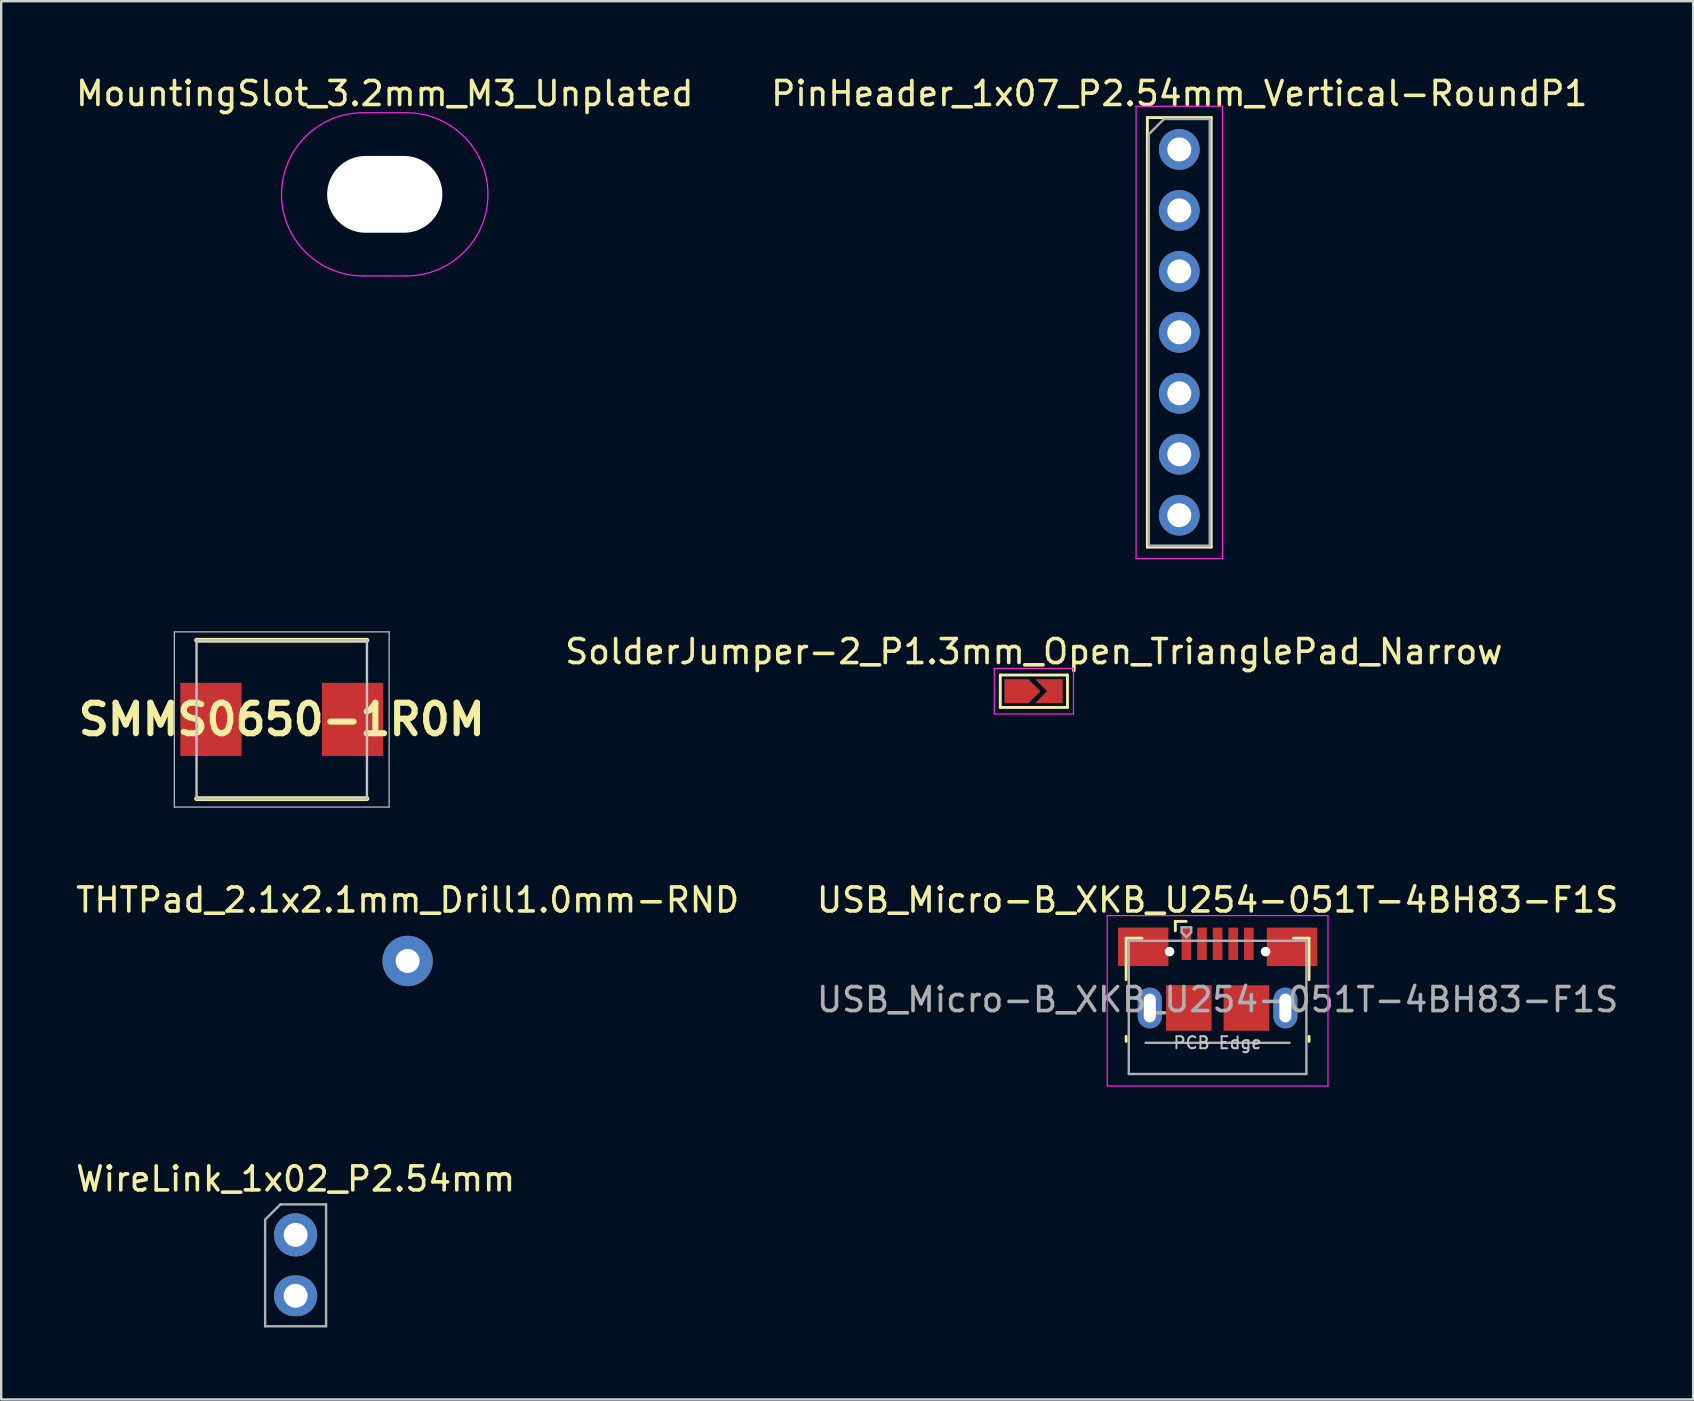
<source format=kicad_pcb>
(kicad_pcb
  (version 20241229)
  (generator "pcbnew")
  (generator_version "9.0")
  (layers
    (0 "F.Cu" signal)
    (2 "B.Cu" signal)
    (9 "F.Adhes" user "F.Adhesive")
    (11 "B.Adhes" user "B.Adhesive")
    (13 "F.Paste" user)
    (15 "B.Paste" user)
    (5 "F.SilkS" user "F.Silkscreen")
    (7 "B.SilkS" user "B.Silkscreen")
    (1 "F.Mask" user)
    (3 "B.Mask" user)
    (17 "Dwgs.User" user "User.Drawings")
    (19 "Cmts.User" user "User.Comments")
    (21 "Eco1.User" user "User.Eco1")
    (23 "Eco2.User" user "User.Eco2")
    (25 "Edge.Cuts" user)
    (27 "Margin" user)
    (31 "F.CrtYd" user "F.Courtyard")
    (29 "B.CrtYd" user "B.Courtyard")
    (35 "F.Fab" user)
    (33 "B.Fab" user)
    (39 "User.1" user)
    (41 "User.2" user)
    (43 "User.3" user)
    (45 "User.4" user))
  (footprint "THTPad_2.1x2.1mm_Drill1.0mm-RND"
    (layer "F.Cu")
    (at 13.935 36.992)
    (property "Reference" "THTPad_2.1x2.1mm_Drill1.0mm-RND" (at 0 -2.54 0) (layer "F.SilkS") (effects (font (size 1 1) (thickness 0.15))))
    (attr through_hole)
    (pad "1" thru_hole circle (at 0 0) (size 2.1 2.1) (drill 1) (layers "*.Cu" "*.Mask")))
  (footprint "MountingSlot_3.2mm_M3_Unplated"
    (layer "F.Cu")
    (at 12.982 5.048)
    (property "Reference" "MountingSlot_3.2mm_M3_Unplated" (at 0 -4.2 180) (layer "F.SilkS") (effects (font (size 1 1) (thickness 0.15))))
    (attr exclude_from_pos_files exclude_from_bom)
    (fp_line (start -0.9 -3.4) (end 0.9 -3.4) (stroke (width 0.05) (type solid)) (layer "F.CrtYd"))
    (fp_line (start -0.9 3.4) (end 0.9 3.4) (stroke (width 0.05) (type solid)) (layer "F.CrtYd"))
    (fp_arc (start -0.9 3.4) (mid -4.3 0) (end -0.9 -3.4) (stroke (width 0.05) (type solid)) (layer "F.CrtYd"))
    (fp_arc (start 0.9 -3.4) (mid 4.3 0) (end 0.9 3.4) (stroke (width 0.05) (type solid)) (layer "F.CrtYd"))
    (pad "" np_thru_hole oval (at 0 0) (size 4.8 3.2) (drill oval 4.8 3.2) (layers "*.Cu" "*.Mask")))
  (footprint "SolderJumper-2_P1.3mm_Open_TrianglePad_Narrow"
    (layer "F.Cu")
    (at 40.03 25.752)
    (property "Reference" "SolderJumper-2_P1.3mm_Open_TrianglePad_Narrow" (at 0 -1.65 0) (layer "F.SilkS") (effects (font (size 1 1) (thickness 0.15))))
    (attr exclude_from_pos_files exclude_from_bom)
    (fp_line (start -1.4 -0.675) (end 1.4 -0.675) (stroke (width 0.12) (type solid)) (layer "F.SilkS"))
    (fp_line (start -1.4 0.675) (end -1.4 -0.675) (stroke (width 0.12) (type solid)) (layer "F.SilkS"))
    (fp_line (start 1.4 -0.675) (end 1.4 0.675) (stroke (width 0.12) (type solid)) (layer "F.SilkS"))
    (fp_line (start 1.4 0.675) (end -1.4 0.675) (stroke (width 0.12) (type solid)) (layer "F.SilkS"))
    (fp_line (start -1.65 -0.95) (end -1.65 0.95) (stroke (width 0.05) (type solid)) (layer "F.CrtYd"))
    (fp_line (start -1.65 -0.95) (end 1.65 -0.95) (stroke (width 0.05) (type solid)) (layer "F.CrtYd"))
    (fp_line (start 1.65 0.95) (end -1.65 0.95) (stroke (width 0.05) (type solid)) (layer "F.CrtYd"))
    (fp_line (start 1.65 0.95) (end 1.65 -0.95) (stroke (width 0.05) (type solid)) (layer "F.CrtYd"))
    (pad "1" smd custom (at -0.725 0) (size 0.3 0.3) (layers "F.Cu" "F.Mask") (options (anchor rect)) (primitives (gr_poly (pts (xy -0.5 -0.5) (xy 0.5 -0.5) (xy 1 0) (xy 0.5 0.5) (xy -0.5 0.5)) (width 0) (fill yes))))
    (pad "2" smd custom (at 0.7 0) (size 0.3 0.3) (layers "F.Cu" "F.Mask") (options (anchor rect)) (primitives (gr_poly (pts (xy -0.65 -0.5) (xy 0.5 -0.5) (xy 0.5 0.5) (xy -0.65 0.5) (xy -0.15 0)) (width 0) (fill yes)))))
  (footprint "PinHeader_1x07_P2.54mm_Vertical-RoundP1"
    (layer "F.Cu")
    (at 46.089 3.178)
    (property "Reference" "PinHeader_1x07_P2.54mm_Vertical-RoundP1" (at 0 -2.33 0) (layer "F.SilkS") (effects (font (size 1 1) (thickness 0.15))))
    (attr through_hole)
    (fp_line (start -1.33 -1.33) (end -1.33 16.57) (stroke (width 0.12) (type solid)) (layer "F.SilkS"))
    (fp_line (start -1.33 -1.33) (end 1.33 -1.33) (stroke (width 0.12) (type solid)) (layer "F.SilkS"))
    (fp_line (start -1.33 16.57) (end 1.33 16.57) (stroke (width 0.12) (type solid)) (layer "F.SilkS"))
    (fp_line (start 1.33 -1.33) (end 1.33 16.57) (stroke (width 0.12) (type solid)) (layer "F.SilkS"))
    (fp_line (start -1.8 -1.8) (end -1.8 17.05) (stroke (width 0.05) (type solid)) (layer "F.CrtYd"))
    (fp_line (start -1.8 17.05) (end 1.8 17.05) (stroke (width 0.05) (type solid)) (layer "F.CrtYd"))
    (fp_line (start 1.8 -1.8) (end -1.8 -1.8) (stroke (width 0.05) (type solid)) (layer "F.CrtYd"))
    (fp_line (start 1.8 17.05) (end 1.8 -1.8) (stroke (width 0.05) (type solid)) (layer "F.CrtYd"))
    (fp_line (start -1.27 -0.635) (end -0.635 -1.27) (stroke (width 0.1) (type solid)) (layer "F.Fab"))
    (fp_line (start -1.27 16.51) (end -1.27 -0.635) (stroke (width 0.1) (type solid)) (layer "F.Fab"))
    (fp_line (start -0.635 -1.27) (end 1.27 -1.27) (stroke (width 0.1) (type solid)) (layer "F.Fab"))
    (fp_line (start 1.27 -1.27) (end 1.27 16.51) (stroke (width 0.1) (type solid)) (layer "F.Fab"))
    (fp_line (start 1.27 16.51) (end -1.27 16.51) (stroke (width 0.1) (type solid)) (layer "F.Fab"))
    (pad "1" thru_hole oval (at 0 0) (size 1.7 1.7) (drill 1) (layers "*.Cu" "*.Mask"))
    (pad "2" thru_hole oval (at 0 2.54) (size 1.7 1.7) (drill 1) (layers "*.Cu" "*.Mask"))
    (pad "3" thru_hole oval (at 0 5.08) (size 1.7 1.7) (drill 1) (layers "*.Cu" "*.Mask"))
    (pad "4" thru_hole oval (at 0 7.62) (size 1.7 1.7) (drill 1) (layers "*.Cu" "*.Mask"))
    (pad "5" thru_hole oval (at 0 10.16) (size 1.7 1.7) (drill 1) (layers "*.Cu" "*.Mask"))
    (pad "6" thru_hole oval (at 0 12.7) (size 1.7 1.7) (drill 1) (layers "*.Cu" "*.Mask"))
    (pad "7" thru_hole oval (at 0 15.24) (size 1.7 1.7) (drill 1) (layers "*.Cu" "*.Mask")))
  (footprint "SMMS0650-1R0M"
    (layer "F.Cu")
    (at 8.69 26.928)
    (property "Reference" "SMMS0650-1R0M" (at 0 0 0) (layer "F.SilkS") (effects (font (size 1.27 1.27) (thickness 0.254))))
    (attr smd)
    (fp_line (start -3.55 3.3) (end 3.55 3.3) (stroke (width 0.2) (type solid)) (layer "F.SilkS"))
    (fp_line (start 3.55 -3.3) (end -3.55 -3.3) (stroke (width 0.2) (type solid)) (layer "F.SilkS"))
    (fp_line (start -4.475 -3.65) (end 4.475 -3.65) (stroke (width 0.05) (type solid)) (layer "Dwgs.User"))
    (fp_line (start -4.475 3.65) (end -4.475 -3.65) (stroke (width 0.05) (type solid)) (layer "Dwgs.User"))
    (fp_line (start -3.55 -3.3) (end 3.55 -3.3) (stroke (width 0.1) (type solid)) (layer "Dwgs.User"))
    (fp_line (start -3.55 3.3) (end -3.55 -3.3) (stroke (width 0.1) (type solid)) (layer "Dwgs.User"))
    (fp_line (start 3.55 -3.3) (end 3.55 3.3) (stroke (width 0.1) (type solid)) (layer "Dwgs.User"))
    (fp_line (start 3.55 3.3) (end -3.55 3.3) (stroke (width 0.1) (type solid)) (layer "Dwgs.User"))
    (fp_line (start 4.475 -3.65) (end 4.475 3.65) (stroke (width 0.05) (type solid)) (layer "Dwgs.User"))
    (fp_line (start 4.475 3.65) (end -4.475 3.65) (stroke (width 0.05) (type solid)) (layer "Dwgs.User"))
    (pad "1" smd rect (at -2.95 0) (size 2.55 3.05) (layers "F.Cu" "F.Mask" "F.Paste"))
    (pad "2" smd rect (at 2.95 0) (size 2.55 3.05) (layers "F.Cu" "F.Mask" "F.Paste")))
  (footprint "WireLink_1x02_P2.54mm"
    (layer "F.Cu")
    (at 9.268 48.405)
    (property "Reference" "WireLink_1x02_P2.54mm" (at 0 -2.33 0) (layer "F.SilkS") (effects (font (size 1 1) (thickness 0.15))))
    (attr through_hole)
    (fp_line (start -1.27 -0.635) (end -0.635 -1.27) (stroke (width 0.1) (type solid)) (layer "F.Fab"))
    (fp_line (start -1.27 3.81) (end -1.27 -0.635) (stroke (width 0.1) (type solid)) (layer "F.Fab"))
    (fp_line (start -0.635 -1.27) (end 1.27 -1.27) (stroke (width 0.1) (type solid)) (layer "F.Fab"))
    (fp_line (start 1.27 -1.27) (end 1.27 3.81) (stroke (width 0.1) (type solid)) (layer "F.Fab"))
    (fp_line (start 1.27 3.81) (end -1.27 3.81) (stroke (width 0.1) (type solid)) (layer "F.Fab"))
    (pad "1" thru_hole circle (at 0 0) (size 1.8 1.8) (drill 1) (layers "*.Cu" "*.Mask"))
    (pad "2" thru_hole oval (at 0 2.54) (size 1.8 1.7) (drill 1) (layers "*.Cu" "*.Mask")))
  (footprint "USB_Micro-B_XKB_U254-051T-4BH83-F1S"
    (layer "F.Cu")
    (at 47.685 37.752)
    (property "Reference" "USB_Micro-B_XKB_U254-051T-4BH83-F1S" (at 0 -3.3 0) (layer "F.SilkS") (effects (font (size 1 1) (thickness 0.15))))
    (attr smd)
    (fp_line (start -3.81 -1.71) (end -3.15 -1.71) (stroke (width 0.12) (type solid)) (layer "F.SilkS"))
    (fp_line (start -3.81 0.02) (end -3.81 -1.71) (stroke (width 0.12) (type solid)) (layer "F.SilkS"))
    (fp_line (start -3.81 2.59) (end -3.81 2.38) (stroke (width 0.12) (type solid)) (layer "F.SilkS"))
    (fp_line (start -1.76 -2.41) (end -1.76 -2.02) (stroke (width 0.12) (type solid)) (layer "F.SilkS"))
    (fp_line (start -1.76 -2.41) (end -1.31 -2.41) (stroke (width 0.12) (type solid)) (layer "F.SilkS"))
    (fp_line (start 3.81 -1.71) (end 3.16 -1.71) (stroke (width 0.12) (type solid)) (layer "F.SilkS"))
    (fp_line (start 3.81 0.02) (end 3.81 -1.71) (stroke (width 0.12) (type solid)) (layer "F.SilkS"))
    (fp_line (start 3.81 2.59) (end 3.81 2.38) (stroke (width 0.12) (type solid)) (layer "F.SilkS"))
    (fp_line (start -4.6 -2.65) (end 4.6 -2.65) (stroke (width 0.05) (type solid)) (layer "F.CrtYd"))
    (fp_line (start -4.6 4.45) (end -4.6 -2.65) (stroke (width 0.05) (type solid)) (layer "F.CrtYd"))
    (fp_line (start -4.6 4.45) (end 4.6 4.45) (stroke (width 0.05) (type solid)) (layer "F.CrtYd"))
    (fp_line (start 4.6 -2.65) (end 4.6 4.45) (stroke (width 0.05) (type solid)) (layer "F.CrtYd"))
    (fp_line (start -3.7 -1.6) (end 3.7 -1.6) (stroke (width 0.1) (type solid)) (layer "F.Fab"))
    (fp_line (start -3.7 3.95) (end -3.7 -1.6) (stroke (width 0.1) (type solid)) (layer "F.Fab"))
    (fp_line (start -3.7 3.95) (end 3.7 3.95) (stroke (width 0.1) (type solid)) (layer "F.Fab"))
    (fp_line (start -3 2.65) (end 3 2.65) (stroke (width 0.1) (type solid)) (layer "F.Fab"))
    (fp_line (start -1.5 -2.16) (end -1.5 -1.95) (stroke (width 0.1) (type solid)) (layer "F.Fab"))
    (fp_line (start -1.5 -2.16) (end -1.1 -2.16) (stroke (width 0.1) (type solid)) (layer "F.Fab"))
    (fp_line (start -1.3 -1.75) (end -1.5 -1.95) (stroke (width 0.1) (type solid)) (layer "F.Fab"))
    (fp_line (start -1.1 -2.16) (end -1.1 -1.95) (stroke (width 0.1) (type solid)) (layer "F.Fab"))
    (fp_line (start -1.1 -1.95) (end -1.3 -1.75) (stroke (width 0.1) (type solid)) (layer "F.Fab"))
    (fp_line (start 3.7 3.95) (end 3.7 -1.6) (stroke (width 0.1) (type solid)) (layer "F.Fab"))
    (fp_text user "PCB Edge" (at 0 2.65 0) (layer "Dwgs.User") (effects (font (size 0.5 0.5) (thickness 0.08))))
    (fp_text user "${REFERENCE}" (at 0 0.85 0) (layer "F.Fab") (effects (font (size 1 1) (thickness 0.15))))
    (pad "" np_thru_hole circle (at -2 -1.15 180) (size 0.4 0.4) (drill 0.4) (layers "*.Cu" "*.Mask"))
    (pad "" np_thru_hole circle (at 2 -1.15 180) (size 0.4 0.4) (drill 0.4) (layers "*.Cu" "*.Mask"))
    (pad "1" smd rect (at -1.3 -1.475) (size 0.4 1.35) (layers "F.Cu" "F.Mask" "F.Paste"))
    (pad "2" smd rect (at -0.65 -1.475) (size 0.4 1.35) (layers "F.Cu" "F.Mask" "F.Paste"))
    (pad "3" smd rect (at 0 -1.475) (size 0.4 1.35) (layers "F.Cu" "F.Mask" "F.Paste"))
    (pad "4" smd rect (at 0.65 -1.475) (size 0.4 1.35) (layers "F.Cu" "F.Mask" "F.Paste"))
    (pad "5" smd rect (at 1.3 -1.475) (size 0.4 1.35) (layers "F.Cu" "F.Mask" "F.Paste"))
    (pad "6" smd rect (at -3.1 -1.35) (size 2.1 1.6) (layers "F.Cu" "F.Mask" "F.Paste"))
    (pad "6" thru_hole oval (at -2.825 1.2 180) (size 1 1.7) (drill oval 0.5 1.2) (layers "*.Cu" "*.Mask"))
    (pad "6" smd rect (at -1.2 1.2) (size 1.9 1.9) (layers "F.Cu" "F.Mask" "F.Paste"))
    (pad "6" smd rect (at 1.2 1.2) (size 1.9 1.9) (layers "F.Cu" "F.Mask" "F.Paste"))
    (pad "6" thru_hole oval (at 2.825 1.2) (size 1 1.7) (drill oval 0.5 1.2) (layers "*.Cu" "*.Mask"))
    (pad "6" smd rect (at 3.1 -1.35) (size 2.1 1.6) (layers "F.Cu" "F.Mask" "F.Paste")))
  (gr_rect
    (start -3 -3)
    (end 67.5 55.265)
    (stroke (width 0.1) (type default))
    (fill no)
    (layer "Edge.Cuts")))
</source>
